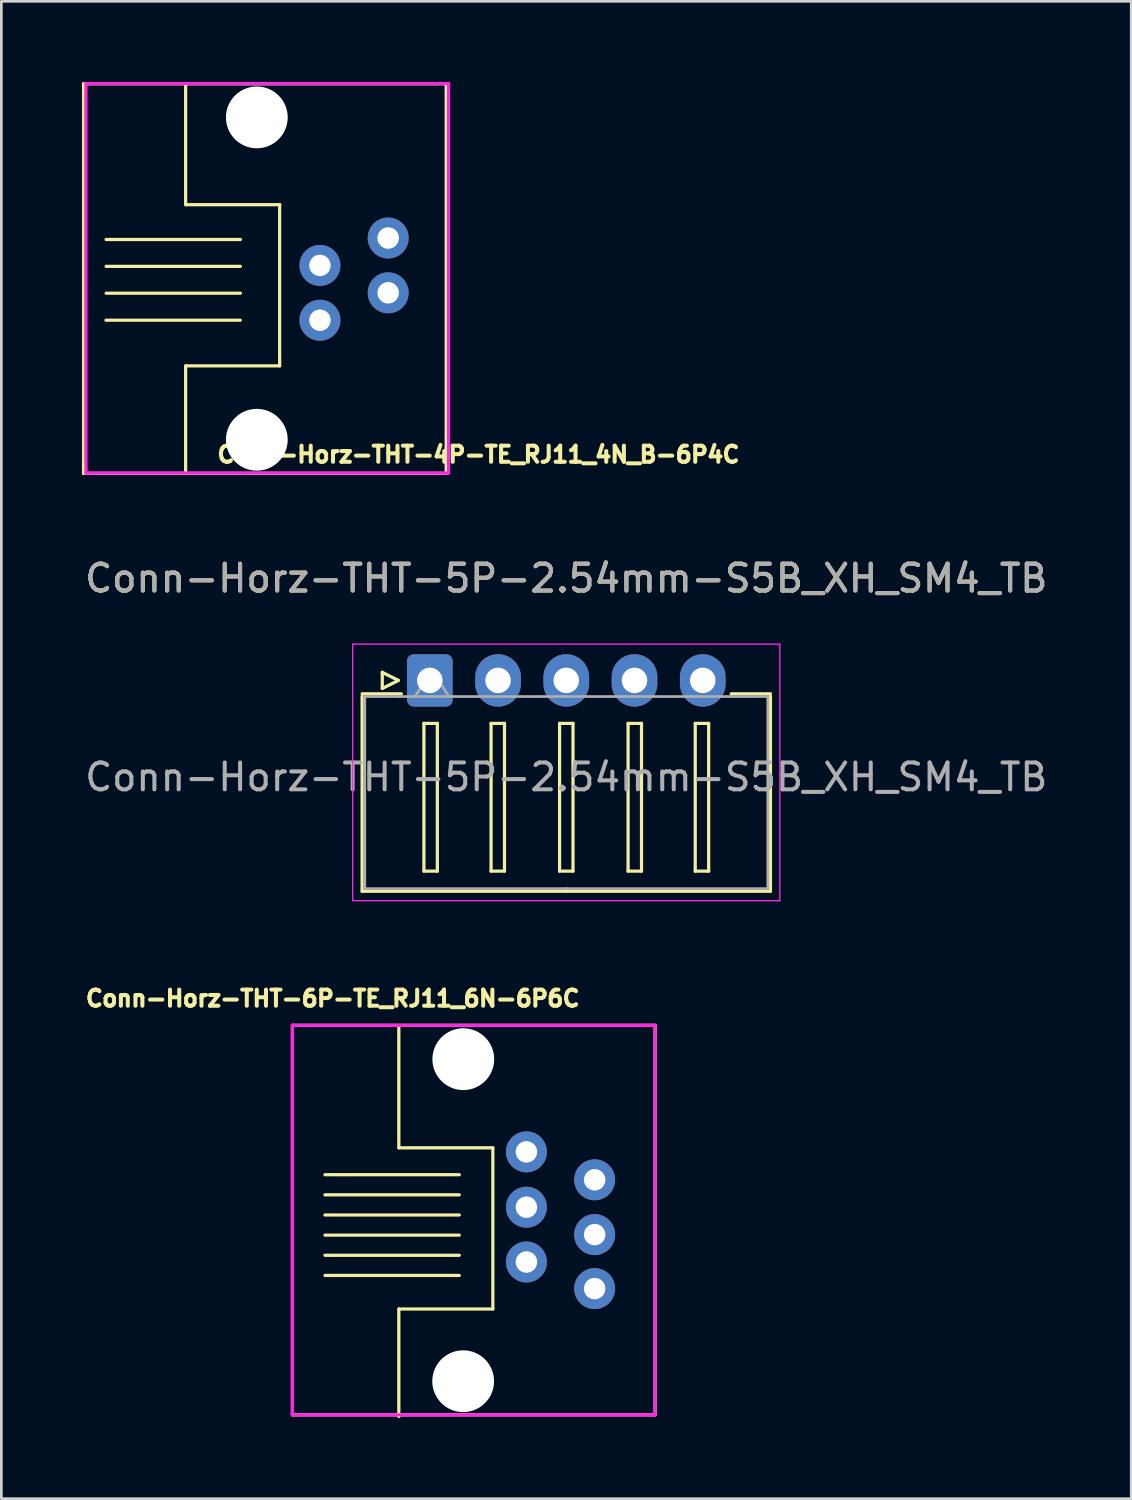
<source format=kicad_pcb>
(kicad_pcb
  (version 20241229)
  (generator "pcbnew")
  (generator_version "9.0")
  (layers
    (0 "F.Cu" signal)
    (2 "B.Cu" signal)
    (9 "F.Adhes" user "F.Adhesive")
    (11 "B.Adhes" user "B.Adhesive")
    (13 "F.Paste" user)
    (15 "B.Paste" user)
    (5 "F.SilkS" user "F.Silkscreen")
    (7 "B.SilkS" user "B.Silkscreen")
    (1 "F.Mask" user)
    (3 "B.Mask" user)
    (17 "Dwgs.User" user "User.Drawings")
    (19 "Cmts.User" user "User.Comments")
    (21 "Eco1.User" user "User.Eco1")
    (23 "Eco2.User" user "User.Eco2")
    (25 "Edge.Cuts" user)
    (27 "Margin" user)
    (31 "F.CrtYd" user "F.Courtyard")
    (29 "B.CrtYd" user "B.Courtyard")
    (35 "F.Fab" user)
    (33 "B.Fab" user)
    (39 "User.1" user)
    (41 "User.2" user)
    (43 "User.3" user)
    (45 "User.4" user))
  (footprint "Conn-Horz-THT-5P-2.54mm-S5B_XH_SM4_TB"
    (layer "F.Cu")
    (at 18.03 22.278)
    (property "Reference" "Conn-Horz-THT-5P-2.54mm-S5B_XH_SM4_TB" (at 0 -3.8 0) (unlocked yes) (layer "F.SilkS") (effects (font (size 1 1) (thickness 0.15))))
    (attr through_hole)
    (fp_line (start -7.6 0.5) (end -6.14 0.5) (stroke (width 0.12) (type solid)) (layer "F.SilkS"))
    (fp_line (start -7.6 7.85) (end -7.6 0.59) (stroke (width 0.12) (type solid)) (layer "F.SilkS"))
    (fp_line (start -6.85 -0.3) (end -6.25 0) (stroke (width 0.12) (type solid)) (layer "F.SilkS"))
    (fp_line (start -6.85 0.3) (end -6.85 -0.3) (stroke (width 0.12) (type solid)) (layer "F.SilkS"))
    (fp_line (start -6.25 0) (end -6.85 0.3) (stroke (width 0.12) (type solid)) (layer "F.SilkS"))
    (fp_line (start -5.3 1.6) (end -5.3 7.1) (stroke (width 0.12) (type solid)) (layer "F.SilkS"))
    (fp_line (start -5.3 7.1) (end -4.8 7.1) (stroke (width 0.12) (type solid)) (layer "F.SilkS"))
    (fp_line (start -4.8 1.6) (end -5.3 1.6) (stroke (width 0.12) (type solid)) (layer "F.SilkS"))
    (fp_line (start -4.8 7.1) (end -4.8 1.6) (stroke (width 0.12) (type solid)) (layer "F.SilkS"))
    (fp_line (start -2.8 1.6) (end -2.8 7.1) (stroke (width 0.12) (type solid)) (layer "F.SilkS"))
    (fp_line (start -2.8 7.1) (end -2.3 7.1) (stroke (width 0.12) (type solid)) (layer "F.SilkS"))
    (fp_line (start -2.3 1.6) (end -2.8 1.6) (stroke (width 0.12) (type solid)) (layer "F.SilkS"))
    (fp_line (start -2.3 7.1) (end -2.3 1.6) (stroke (width 0.12) (type solid)) (layer "F.SilkS"))
    (fp_line (start -0.25 1.6) (end -0.25 7.1) (stroke (width 0.12) (type solid)) (layer "F.SilkS"))
    (fp_line (start -0.25 7.1) (end 0.25 7.1) (stroke (width 0.12) (type solid)) (layer "F.SilkS"))
    (fp_line (start 0 7.85) (end -7.6 7.85) (stroke (width 0.12) (type solid)) (layer "F.SilkS"))
    (fp_line (start 0 7.85) (end 7.6 7.85) (stroke (width 0.12) (type solid)) (layer "F.SilkS"))
    (fp_line (start 0.25 1.6) (end -0.25 1.6) (stroke (width 0.12) (type solid)) (layer "F.SilkS"))
    (fp_line (start 0.25 7.1) (end 0.25 1.6) (stroke (width 0.12) (type solid)) (layer "F.SilkS"))
    (fp_line (start 2.3 1.6) (end 2.3 7.1) (stroke (width 0.12) (type solid)) (layer "F.SilkS"))
    (fp_line (start 2.3 7.1) (end 2.8 7.1) (stroke (width 0.12) (type solid)) (layer "F.SilkS"))
    (fp_line (start 2.8 1.6) (end 2.3 1.6) (stroke (width 0.12) (type solid)) (layer "F.SilkS"))
    (fp_line (start 2.8 7.1) (end 2.8 1.6) (stroke (width 0.12) (type solid)) (layer "F.SilkS"))
    (fp_line (start 4.8 1.6) (end 4.8 7.1) (stroke (width 0.12) (type solid)) (layer "F.SilkS"))
    (fp_line (start 4.8 7.1) (end 5.3 7.1) (stroke (width 0.12) (type solid)) (layer "F.SilkS"))
    (fp_line (start 5.3 1.6) (end 4.8 1.6) (stroke (width 0.12) (type solid)) (layer "F.SilkS"))
    (fp_line (start 5.3 7.1) (end 5.3 1.6) (stroke (width 0.12) (type solid)) (layer "F.SilkS"))
    (fp_line (start 7.6 0.5) (end 6.14 0.5) (stroke (width 0.12) (type solid)) (layer "F.SilkS"))
    (fp_line (start 7.6 7.85) (end 7.6 0.59) (stroke (width 0.12) (type solid)) (layer "F.SilkS"))
    (fp_line (start -7.95 -1.35) (end -7.95 8.2) (stroke (width 0.05) (type solid)) (layer "F.CrtYd"))
    (fp_line (start -7.95 8.2) (end 7.95 8.2) (stroke (width 0.05) (type solid)) (layer "F.CrtYd"))
    (fp_line (start 7.95 -1.35) (end -7.95 -1.35) (stroke (width 0.05) (type solid)) (layer "F.CrtYd"))
    (fp_line (start 7.95 8.2) (end 7.95 -1.35) (stroke (width 0.05) (type solid)) (layer "F.CrtYd"))
    (fp_line (start -7.5 0.6) (end -6.25 0.6) (stroke (width 0.1) (type solid)) (layer "F.Fab"))
    (fp_line (start -7.5 7.75) (end -7.5 0.65) (stroke (width 0.1) (type solid)) (layer "F.Fab"))
    (fp_line (start -6.25 0.6) (end 0 0.6) (stroke (width 0.1) (type solid)) (layer "F.Fab"))
    (fp_line (start -5.625 0.6) (end -5 -0.4) (stroke (width 0.1) (type solid)) (layer "F.Fab"))
    (fp_line (start -5 -0.4) (end -4.375 0.6) (stroke (width 0.1) (type solid)) (layer "F.Fab"))
    (fp_line (start 0 7.75) (end -7.5 7.75) (stroke (width 0.1) (type solid)) (layer "F.Fab"))
    (fp_line (start 0 7.75) (end 7.5 7.75) (stroke (width 0.1) (type solid)) (layer "F.Fab"))
    (fp_line (start 6.25 0.6) (end 0 0.6) (stroke (width 0.1) (type solid)) (layer "F.Fab"))
    (fp_line (start 7.5 0.6) (end 6.25 0.6) (stroke (width 0.1) (type solid)) (layer "F.Fab"))
    (fp_line (start 7.5 7.75) (end 7.5 0.6) (stroke (width 0.1) (type solid)) (layer "F.Fab"))
    (fp_text user "${REFERENCE}" (at 0 3.6 0) (layer "F.Fab") (effects (font (size 1 1) (thickness 0.15))))
    (fp_text user "${REFERENCE}" (at 0 -3.8 0) (unlocked yes) (layer "F.Fab") (effects (font (size 1 1) (thickness 0.15))))
    (pad "1" thru_hole roundrect (at -5.08 0) (size 1.7 1.95) (drill 0.95) (layers "*.Cu" "*.Mask") (roundrect_rratio 0.147))
    (pad "2" thru_hole oval (at -2.54 0) (size 1.7 1.95) (drill 0.95) (layers "*.Cu" "*.Mask"))
    (pad "3" thru_hole oval (at 0 0) (size 1.7 1.95) (drill 0.95) (layers "*.Cu" "*.Mask"))
    (pad "4" thru_hole oval (at 2.54 0) (size 1.7 1.95) (drill 0.95) (layers "*.Cu" "*.Mask"))
    (pad "5" thru_hole oval (at 5.08 0) (size 1.7 1.95) (drill 0.95) (layers "*.Cu" "*.Mask")))
  (footprint "Conn-Horz-THT-4P-TE_RJ11_4N_B-6P4C"
    (layer "F.Cu")
    (at 8.86 8.87)
    (property "Reference" "Conn-Horz-THT-4P-TE_RJ11_4N_B-6P4C" (at 5.9 5 0) (layer "F.SilkS") (effects (font (size 0.6 0.6) (thickness 0.15))))
    (attr through_hole)
    (fp_line (start -8.8 -8.8) (end 4.7 -8.8) (stroke (width 0.12) (type solid)) (layer "F.SilkS"))
    (fp_line (start -8.8 5.7) (end -8.8 -8.8) (stroke (width 0.12) (type solid)) (layer "F.SilkS"))
    (fp_line (start -7.965 0) (end -2.965 0) (stroke (width 0.12) (type solid)) (layer "F.SilkS"))
    (fp_line (start -7.96 -3.005) (end -2.96 -3.005) (stroke (width 0.12) (type solid)) (layer "F.SilkS"))
    (fp_line (start -7.96 -2.005) (end -2.96 -2.005) (stroke (width 0.12) (type solid)) (layer "F.SilkS"))
    (fp_line (start -7.96 -1.005) (end -2.96 -1.005) (stroke (width 0.12) (type solid)) (layer "F.SilkS"))
    (fp_line (start -5 -8.8) (end -5 -4.3) (stroke (width 0.12) (type solid)) (layer "F.SilkS"))
    (fp_line (start -5 -4.3) (end -1.5 -4.3) (stroke (width 0.12) (type solid)) (layer "F.SilkS"))
    (fp_line (start -5 1.7) (end -5 5.7) (stroke (width 0.12) (type solid)) (layer "F.SilkS"))
    (fp_line (start -1.5 -4.3) (end -1.5 1.7) (stroke (width 0.12) (type solid)) (layer "F.SilkS"))
    (fp_line (start -1.5 1.7) (end -5 1.7) (stroke (width 0.12) (type solid)) (layer "F.SilkS"))
    (fp_line (start 4.7 -8.8) (end 4.7 5.7) (stroke (width 0.12) (type solid)) (layer "F.SilkS"))
    (fp_line (start 4.7 5.7) (end -8.8 5.7) (stroke (width 0.12) (type solid)) (layer "F.SilkS"))
    (fp_line (start -8.71 -8.81) (end 4.79 -8.81) (stroke (width 0.12) (type solid)) (layer "F.CrtYd"))
    (fp_line (start -8.71 5.69) (end -8.71 -8.81) (stroke (width 0.12) (type solid)) (layer "F.CrtYd"))
    (fp_line (start 4.79 -8.81) (end 4.79 5.69) (stroke (width 0.12) (type solid)) (layer "F.CrtYd"))
    (fp_line (start 4.79 5.69) (end -8.71 5.69) (stroke (width 0.12) (type solid)) (layer "F.CrtYd"))
    (pad "" np_thru_hole circle (at -2.35 -7.55) (size 2.3 2.3) (drill 2.3) (layers "*.Cu" "*.Mask"))
    (pad "" np_thru_hole circle (at -2.35 4.45) (size 2.3 2.3) (drill 2.3) (layers "*.Cu" "*.Mask"))
    (pad "1" thru_hole circle (at 0 0) (size 1.524 1.524) (drill 0.8) (layers "*.Cu" "*.Mask"))
    (pad "2" thru_hole circle (at 0 -2.04) (size 1.524 1.524) (drill 0.8) (layers "*.Cu" "*.Mask"))
    (pad "3" thru_hole circle (at 2.54 -3.06) (size 1.524 1.524) (drill 0.8) (layers "*.Cu" "*.Mask"))
    (pad "4" thru_hole circle (at 2.54 -1.02) (size 1.524 1.524) (drill 0.8) (layers "*.Cu" "*.Mask")))
  (footprint "Conn-Horz-THT-6P-TE_RJ11_6N-6P6C"
    (layer "F.Cu")
    (at 16.546 43.928)
    (property "Reference" "Conn-Horz-THT-6P-TE_RJ11_6N-6P6C" (at -7.21 -9.81 0) (unlocked yes) (layer "F.SilkS") (effects (font (size 0.6 0.6) (thickness 0.15))))
    (attr through_hole)
    (fp_line (start -8.71 -8.81) (end 4.79 -8.81) (stroke (width 0.12) (type solid)) (layer "F.SilkS"))
    (fp_line (start -8.71 5.69) (end -8.71 -8.81) (stroke (width 0.12) (type solid)) (layer "F.SilkS"))
    (fp_line (start -7.5 -3.25) (end -2.5 -3.25) (stroke (width 0.12) (type solid)) (layer "F.SilkS"))
    (fp_line (start -7.5 -2.5) (end -2.5 -2.5) (stroke (width 0.12) (type solid)) (layer "F.SilkS"))
    (fp_line (start -7.5 -1.75) (end -2.5 -1.75) (stroke (width 0.12) (type solid)) (layer "F.SilkS"))
    (fp_line (start -7.5 -1) (end -2.5 -1) (stroke (width 0.12) (type solid)) (layer "F.SilkS"))
    (fp_line (start -7.5 -0.25) (end -2.5 -0.25) (stroke (width 0.12) (type solid)) (layer "F.SilkS"))
    (fp_line (start -7.5 0.5) (end -2.5 0.5) (stroke (width 0.12) (type solid)) (layer "F.SilkS"))
    (fp_line (start -4.75 -8.75) (end -4.75 -4.25) (stroke (width 0.12) (type solid)) (layer "F.SilkS"))
    (fp_line (start -4.75 -4.25) (end -1.25 -4.25) (stroke (width 0.12) (type solid)) (layer "F.SilkS"))
    (fp_line (start -4.75 1.75) (end -4.75 5.75) (stroke (width 0.12) (type solid)) (layer "F.SilkS"))
    (fp_line (start -1.25 -4.25) (end -1.25 1.75) (stroke (width 0.12) (type solid)) (layer "F.SilkS"))
    (fp_line (start -1.25 1.75) (end -4.75 1.75) (stroke (width 0.12) (type solid)) (layer "F.SilkS"))
    (fp_line (start 4.79 -8.81) (end 4.79 5.69) (stroke (width 0.12) (type solid)) (layer "F.SilkS"))
    (fp_line (start 4.79 5.69) (end -8.71 5.69) (stroke (width 0.12) (type solid)) (layer "F.SilkS"))
    (fp_line (start -8.71 -8.81) (end 4.79 -8.81) (stroke (width 0.12) (type solid)) (layer "F.CrtYd"))
    (fp_line (start -8.71 5.69) (end -8.71 -8.81) (stroke (width 0.12) (type solid)) (layer "F.CrtYd"))
    (fp_line (start 4.79 -8.81) (end 4.79 5.69) (stroke (width 0.12) (type solid)) (layer "F.CrtYd"))
    (fp_line (start 4.79 5.69) (end -8.71 5.69) (stroke (width 0.12) (type solid)) (layer "F.CrtYd"))
    (pad "" np_thru_hole circle (at -2.355 4.437) (size 2.3 2.3) (drill 2.3) (layers "*.Cu" "*.Mask"))
    (pad "" np_thru_hole circle (at -2.35 -7.55) (size 2.3 2.3) (drill 2.3) (layers "*.Cu" "*.Mask"))
    (pad "1" thru_hole circle (at 0 0) (size 1.524 1.524) (drill 0.8) (layers "*.Cu" "*.Mask"))
    (pad "2" thru_hole circle (at 0 -2.04) (size 1.524 1.524) (drill 0.8) (layers "*.Cu" "*.Mask"))
    (pad "3" thru_hole circle (at 0 -4.1) (size 1.524 1.524) (drill 0.8) (layers "*.Cu" "*.Mask"))
    (pad "4" thru_hole circle (at 2.54 -3.06) (size 1.524 1.524) (drill 0.8) (layers "*.Cu" "*.Mask"))
    (pad "5" thru_hole circle (at 2.54 -1.02) (size 1.524 1.524) (drill 0.8) (layers "*.Cu" "*.Mask"))
    (pad "6" thru_hole circle (at 2.54 0.99) (size 1.524 1.524) (drill 0.8) (layers "*.Cu" "*.Mask")))
  (gr_rect
    (start -3 -3)
    (end 39.06 52.737)
    (stroke (width 0.1) (type default))
    (fill no)
    (layer "Edge.Cuts")))
</source>
